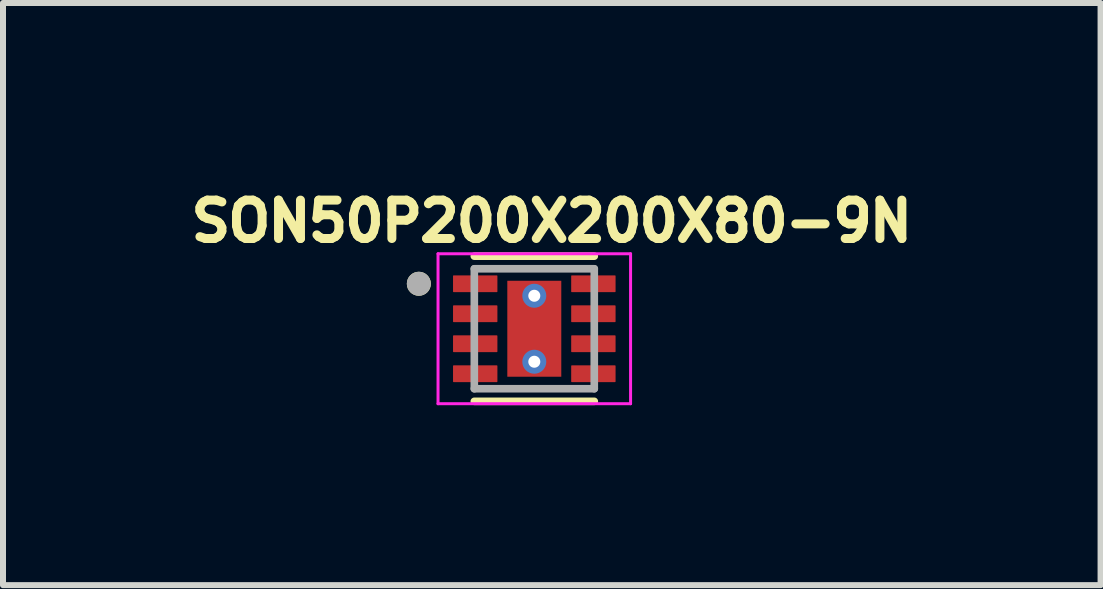
<source format=kicad_pcb>
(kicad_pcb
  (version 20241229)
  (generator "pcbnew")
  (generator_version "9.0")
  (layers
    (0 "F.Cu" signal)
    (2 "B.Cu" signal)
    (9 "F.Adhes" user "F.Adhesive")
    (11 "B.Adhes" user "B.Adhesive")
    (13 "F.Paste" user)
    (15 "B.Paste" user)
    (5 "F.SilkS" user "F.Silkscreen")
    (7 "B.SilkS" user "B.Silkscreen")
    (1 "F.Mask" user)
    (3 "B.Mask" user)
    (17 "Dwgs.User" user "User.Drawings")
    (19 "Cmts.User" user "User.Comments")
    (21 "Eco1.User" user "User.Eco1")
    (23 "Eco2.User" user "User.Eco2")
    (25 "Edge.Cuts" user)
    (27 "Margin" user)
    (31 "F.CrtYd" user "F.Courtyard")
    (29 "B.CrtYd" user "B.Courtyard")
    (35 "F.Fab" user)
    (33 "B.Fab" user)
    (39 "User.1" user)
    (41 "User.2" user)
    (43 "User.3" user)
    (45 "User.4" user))
  (footprint "SON50P200X200X80-9N"
    (layer "F.Cu")
    (at 5.858 2.431)
    (property "Reference" "SON50P200X200X80-9N" (at 0.292 -1.793 0) (layer "F.SilkS") (effects (font (size 0.64 0.64) (thickness 0.15))))
    (attr through_hole)
    (fp_line (start -1 -1.21) (end 1 -1.21) (stroke (width 0.127) (type solid)) (layer "F.SilkS"))
    (fp_line (start -1 1.21) (end 1 1.21) (stroke (width 0.127) (type solid)) (layer "F.SilkS"))
    (fp_circle (center -1.925 -0.75) (end -1.825 -0.75) (stroke (width 0.2) (type solid)) (fill no) (layer "F.SilkS"))
    (fp_poly (pts (xy -0.28 -0.51) (xy 0.28 -0.51) (xy 0.28 0.51) (xy -0.28 0.51)) (stroke (width 0.01) (type solid)) (fill yes) (layer "F.Paste"))
    (fp_line (start -1.605 -1.25) (end -1.605 1.25) (stroke (width 0.05) (type solid)) (layer "F.CrtYd"))
    (fp_line (start -1.605 -1.25) (end 1.605 -1.25) (stroke (width 0.05) (type solid)) (layer "F.CrtYd"))
    (fp_line (start -1.605 1.25) (end 1.605 1.25) (stroke (width 0.05) (type solid)) (layer "F.CrtYd"))
    (fp_line (start 1.605 -1.25) (end 1.605 1.25) (stroke (width 0.05) (type solid)) (layer "F.CrtYd"))
    (fp_line (start -1 -1) (end -1 1) (stroke (width 0.127) (type solid)) (layer "F.Fab"))
    (fp_line (start -1 -1) (end 1 -1) (stroke (width 0.127) (type solid)) (layer "F.Fab"))
    (fp_line (start -1 1) (end 1 1) (stroke (width 0.127) (type solid)) (layer "F.Fab"))
    (fp_line (start 1 -1) (end 1 1) (stroke (width 0.127) (type solid)) (layer "F.Fab"))
    (fp_circle (center -1.925 -0.75) (end -1.825 -0.75) (stroke (width 0.2) (type solid)) (fill no) (layer "F.Fab"))
    (pad "1" smd roundrect (at -0.985 -0.75) (size 0.74 0.28) (layers "F.Cu" "F.Mask" "F.Paste") (roundrect_rratio 0.04))
    (pad "2" smd roundrect (at -0.985 -0.25) (size 0.74 0.28) (layers "F.Cu" "F.Mask" "F.Paste") (roundrect_rratio 0.04))
    (pad "3" smd roundrect (at -0.985 0.25) (size 0.74 0.28) (layers "F.Cu" "F.Mask" "F.Paste") (roundrect_rratio 0.04))
    (pad "4" smd roundrect (at -0.985 0.75) (size 0.74 0.28) (layers "F.Cu" "F.Mask" "F.Paste") (roundrect_rratio 0.04))
    (pad "5" smd roundrect (at 0.985 0.75) (size 0.74 0.28) (layers "F.Cu" "F.Mask" "F.Paste") (roundrect_rratio 0.04))
    (pad "6" smd roundrect (at 0.985 0.25) (size 0.74 0.28) (layers "F.Cu" "F.Mask" "F.Paste") (roundrect_rratio 0.04))
    (pad "7" smd roundrect (at 0.985 -0.25) (size 0.74 0.28) (layers "F.Cu" "F.Mask" "F.Paste") (roundrect_rratio 0.04))
    (pad "8" smd roundrect (at 0.985 -0.75) (size 0.74 0.28) (layers "F.Cu" "F.Mask" "F.Paste") (roundrect_rratio 0.04))
    (pad "9" smd rect (at 0 0) (size 0.9 1.6) (layers "F.Cu" "F.Mask"))
    (pad "9_1" thru_hole circle (at 0 -0.55) (size 0.4 0.4) (drill 0.2) (layers "*.Cu"))
    (pad "9_2" thru_hole circle (at 0 0.55) (size 0.4 0.4) (drill 0.2) (layers "*.Cu")))
  (gr_rect
    (start -3 -3)
    (end 15.299 6.706)
    (stroke (width 0.1) (type default))
    (fill no)
    (layer "Edge.Cuts")))
</source>
